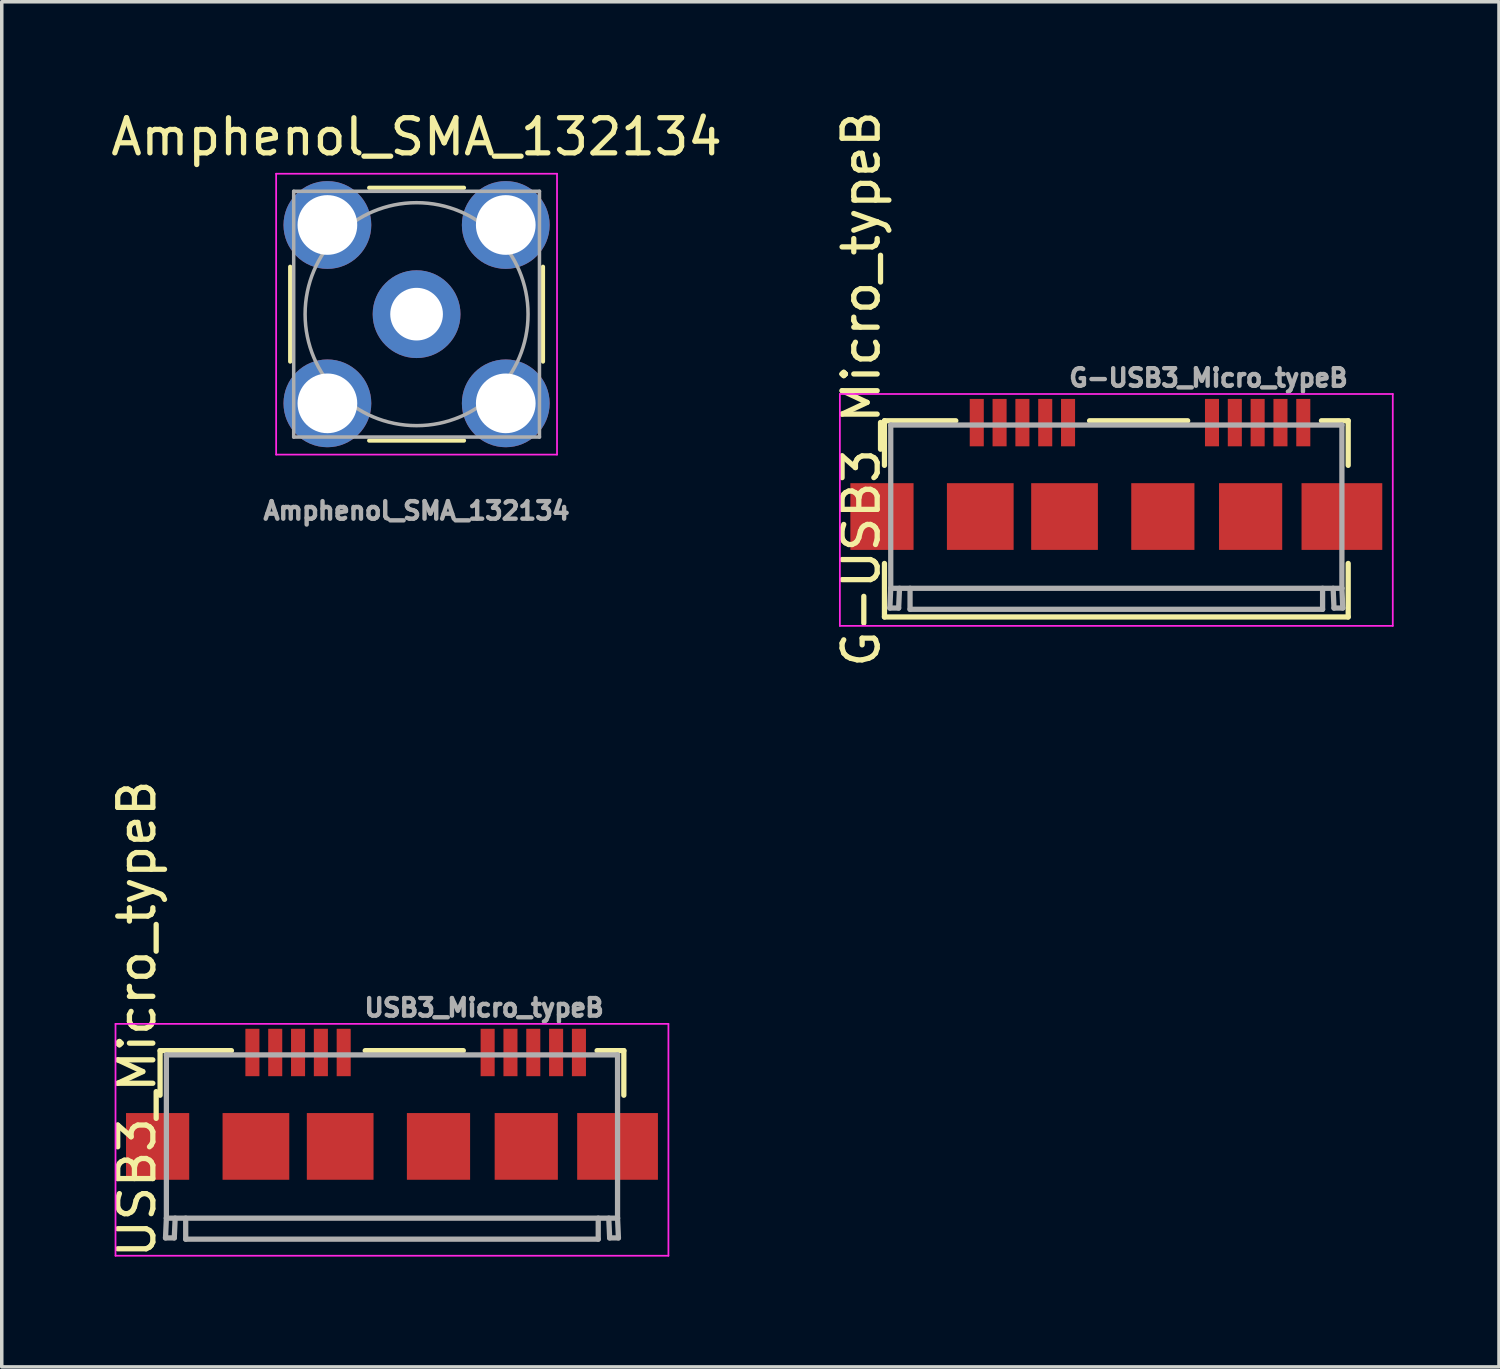
<source format=kicad_pcb>
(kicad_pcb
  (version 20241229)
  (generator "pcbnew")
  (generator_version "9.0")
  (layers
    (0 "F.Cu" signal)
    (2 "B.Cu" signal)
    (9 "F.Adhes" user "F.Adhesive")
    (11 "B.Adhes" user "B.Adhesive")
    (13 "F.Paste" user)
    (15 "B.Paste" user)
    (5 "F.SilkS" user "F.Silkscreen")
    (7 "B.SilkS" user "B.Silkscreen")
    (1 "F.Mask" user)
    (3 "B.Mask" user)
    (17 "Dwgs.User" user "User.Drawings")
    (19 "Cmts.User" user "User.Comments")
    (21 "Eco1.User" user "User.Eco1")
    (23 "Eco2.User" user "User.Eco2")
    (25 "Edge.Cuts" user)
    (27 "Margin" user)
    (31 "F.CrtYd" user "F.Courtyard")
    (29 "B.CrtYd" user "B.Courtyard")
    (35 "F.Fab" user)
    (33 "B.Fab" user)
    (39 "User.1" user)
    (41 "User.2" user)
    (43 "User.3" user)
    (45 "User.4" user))
  (footprint "Amphenol_SMA_132134"
    (layer "F.Cu")
    (at 8.815 5.898)
    (property "Reference" "Amphenol_SMA_132134" (at 0 -5.05 0) (layer "F.SilkS") (effects (font (size 1 1) (thickness 0.15))))
    (attr through_hole)
    (fp_line (start -3.6 -1.35) (end -3.6 1.35) (stroke (width 0.12) (type solid)) (layer "F.SilkS"))
    (fp_line (start -1.35 -3.6) (end 1.35 -3.6) (stroke (width 0.12) (type solid)) (layer "F.SilkS"))
    (fp_line (start 1.35 3.6) (end -1.35 3.6) (stroke (width 0.12) (type solid)) (layer "F.SilkS"))
    (fp_line (start 3.6 -1.35) (end 3.6 1.35) (stroke (width 0.12) (type solid)) (layer "F.SilkS"))
    (fp_line (start -4 -4) (end 4 -4) (stroke (width 0.05) (type solid)) (layer "F.CrtYd"))
    (fp_line (start -4 4) (end -4 -4) (stroke (width 0.05) (type solid)) (layer "F.CrtYd"))
    (fp_line (start 4 -4) (end 4 4) (stroke (width 0.05) (type solid)) (layer "F.CrtYd"))
    (fp_line (start 4 4) (end -4 4) (stroke (width 0.05) (type solid)) (layer "F.CrtYd"))
    (fp_line (start -3.5 -3.5) (end 3.5 -3.5) (stroke (width 0.1) (type solid)) (layer "F.Fab"))
    (fp_line (start -3.5 3.5) (end -3.5 -3.5) (stroke (width 0.1) (type solid)) (layer "F.Fab"))
    (fp_line (start 3.5 -3.5) (end 3.5 3.5) (stroke (width 0.1) (type solid)) (layer "F.Fab"))
    (fp_line (start 3.5 3.5) (end -3.5 3.5) (stroke (width 0.1) (type solid)) (layer "F.Fab"))
    (fp_circle (center 0 0) (end 3.175 0) (stroke (width 0.1) (type solid)) (fill no) (layer "F.Fab"))
    (fp_text user "${REFERENCE}" (at 0 5.6 0) (layer "F.Fab") (effects (font (size 0.5 0.5) (thickness 0.125))))
    (pad "1" thru_hole circle (at 0 0) (size 2.5 2.5) (drill 1.5) (layers "*.Cu" "*.Mask"))
    (pad "2" thru_hole circle (at -2.54 -2.54) (size 2.5 2.5) (drill 1.7) (layers "*.Cu" "*.Mask"))
    (pad "2" thru_hole circle (at -2.54 2.54) (size 2.5 2.5) (drill 1.7) (layers "*.Cu" "*.Mask"))
    (pad "2" thru_hole circle (at 2.54 -2.54) (size 2.5 2.5) (drill 1.7) (layers "*.Cu" "*.Mask"))
    (pad "2" thru_hole circle (at 2.54 2.54) (size 2.5 2.5) (drill 1.7) (layers "*.Cu" "*.Mask")))
  (footprint "G-USB3_Micro_typeB"
    (layer "F.Cu")
    (at 28.745 10.712)
    (property "Reference" "G-USB3_Micro_typeB" (at -7.266 -2.682 90) (layer "F.SilkS") (effects (font (size 1 1) (thickness 0.15))))
    (attr smd)
    (fp_line (start -6.604 -1.778) (end -4.572 -1.778) (stroke (width 0.15) (type solid)) (layer "F.SilkS"))
    (fp_line (start -6.604 -0.508) (end -6.604 -1.778) (stroke (width 0.15) (type solid)) (layer "F.SilkS"))
    (fp_line (start -6.604 3.81) (end -6.604 2.286) (stroke (width 0.15) (type solid)) (layer "F.SilkS"))
    (fp_line (start -0.762 -1.778) (end 2.032 -1.778) (stroke (width 0.15) (type solid)) (layer "F.SilkS"))
    (fp_line (start 5.842 -1.778) (end 6.604 -1.778) (stroke (width 0.15) (type solid)) (layer "F.SilkS"))
    (fp_line (start 6.604 -1.778) (end 6.604 -0.508) (stroke (width 0.15) (type solid)) (layer "F.SilkS"))
    (fp_line (start 6.604 2.286) (end 6.604 3.81) (stroke (width 0.15) (type solid)) (layer "F.SilkS"))
    (fp_line (start 6.604 3.81) (end -6.604 3.81) (stroke (width 0.15) (type solid)) (layer "F.SilkS"))
    (fp_line (start -7.874 -2.54) (end -7.874 4.064) (stroke (width 0.05) (type solid)) (layer "F.CrtYd"))
    (fp_line (start -7.874 4.064) (end 7.874 4.064) (stroke (width 0.05) (type solid)) (layer "F.CrtYd"))
    (fp_line (start 7.874 -2.54) (end -7.874 -2.54) (stroke (width 0.05) (type solid)) (layer "F.CrtYd"))
    (fp_line (start 7.874 4.064) (end 7.874 -2.54) (stroke (width 0.05) (type solid)) (layer "F.CrtYd"))
    (fp_line (start -6.45 3.556) (end -6.2 3.556) (stroke (width 0.15) (type solid)) (layer "F.Fab"))
    (fp_line (start -6.425 -1.657) (end -6.425 2.993) (stroke (width 0.15) (type solid)) (layer "F.Fab"))
    (fp_line (start -6.425 2.993) (end -6.45 3.556) (stroke (width 0.15) (type solid)) (layer "F.Fab"))
    (fp_line (start -6.425 2.993) (end 6.425 2.993) (stroke (width 0.15) (type solid)) (layer "F.Fab"))
    (fp_line (start -6.2 3.556) (end -6.175 2.993) (stroke (width 0.15) (type solid)) (layer "F.Fab"))
    (fp_line (start -5.875 2.993) (end -5.875 3.592) (stroke (width 0.15) (type solid)) (layer "F.Fab"))
    (fp_line (start -5.875 3.592) (end 5.875 3.592) (stroke (width 0.15) (type solid)) (layer "F.Fab"))
    (fp_line (start 5.875 2.993) (end 5.875 3.592) (stroke (width 0.15) (type solid)) (layer "F.Fab"))
    (fp_line (start 6.2 3.556) (end 6.175 2.993) (stroke (width 0.15) (type solid)) (layer "F.Fab"))
    (fp_line (start 6.425 -1.657) (end -6.425 -1.657) (stroke (width 0.15) (type solid)) (layer "F.Fab"))
    (fp_line (start 6.425 -1.657) (end 6.425 2.993) (stroke (width 0.15) (type solid)) (layer "F.Fab"))
    (fp_line (start 6.425 2.993) (end 6.45 3.556) (stroke (width 0.15) (type solid)) (layer "F.Fab"))
    (fp_line (start 6.45 3.556) (end 6.2 3.556) (stroke (width 0.15) (type solid)) (layer "F.Fab"))
    (fp_text user "${REFERENCE}" (at 2.625 -3 0) (layer "F.Fab") (effects (font (size 0.5 0.5) (thickness 0.125))))
    (pad "1" smd rect (at -3.975 -1.725) (size 0.4 1.35) (layers "F.Cu" "F.Mask" "F.Paste"))
    (pad "2" smd rect (at -3.325 -1.725) (size 0.4 1.35) (layers "F.Cu" "F.Mask" "F.Paste"))
    (pad "3" smd rect (at -2.675 -1.725) (size 0.4 1.35) (layers "F.Cu" "F.Mask" "F.Paste"))
    (pad "4" smd rect (at -2.025 -1.725) (size 0.4 1.35) (layers "F.Cu" "F.Mask" "F.Paste"))
    (pad "5" smd rect (at -1.375 -1.725) (size 0.4 1.35) (layers "F.Cu" "F.Mask" "F.Paste"))
    (pad "6" smd rect (at 2.725 -1.725) (size 0.4 1.35) (layers "F.Cu" "F.Mask" "F.Paste"))
    (pad "7" smd rect (at 3.375 -1.725) (size 0.4 1.35) (layers "F.Cu" "F.Mask" "F.Paste"))
    (pad "8" smd rect (at 4.025 -1.725) (size 0.4 1.35) (layers "F.Cu" "F.Mask" "F.Paste"))
    (pad "9" smd rect (at 4.675 -1.725) (size 0.4 1.35) (layers "F.Cu" "F.Mask" "F.Paste"))
    (pad "10" smd rect (at 5.325 -1.725) (size 0.4 1.35) (layers "F.Cu" "F.Mask" "F.Paste"))
    (pad "11" smd rect (at -6.675 0.95) (size 1.8 1.9) (layers "F.Cu" "F.Mask" "F.Paste"))
    (pad "11" smd rect (at -3.875 0.95) (size 1.9 1.9) (layers "F.Cu" "F.Mask" "F.Paste"))
    (pad "11" smd rect (at -1.475 0.95) (size 1.9 1.9) (layers "F.Cu" "F.Mask" "F.Paste"))
    (pad "11" smd rect (at 1.325 0.95) (size 1.8 1.9) (layers "F.Cu" "F.Mask" "F.Paste"))
    (pad "11" smd rect (at 3.825 0.95) (size 1.8 1.9) (layers "F.Cu" "F.Mask" "F.Paste"))
    (pad "11" smd rect (at 6.425 0.95) (size 2.3 1.9) (layers "F.Cu" "F.Mask" "F.Paste")))
  (footprint "USB3_Micro_typeB"
    (layer "F.Cu")
    (at 8.114 28.652)
    (property "Reference" "USB3_Micro_typeB" (at -7.266 -2.682 90) (layer "F.SilkS") (effects (font (size 1 1) (thickness 0.15))))
    (attr smd)
    (fp_line (start -6.604 -1.778) (end -4.572 -1.778) (stroke (width 0.15) (type solid)) (layer "F.SilkS"))
    (fp_line (start -6.604 -0.508) (end -6.604 -1.778) (stroke (width 0.15) (type solid)) (layer "F.SilkS"))
    (fp_line (start -0.762 -1.778) (end 2.032 -1.778) (stroke (width 0.15) (type solid)) (layer "F.SilkS"))
    (fp_line (start 5.842 -1.778) (end 6.604 -1.778) (stroke (width 0.15) (type solid)) (layer "F.SilkS"))
    (fp_line (start 6.604 -1.778) (end 6.604 -0.508) (stroke (width 0.15) (type solid)) (layer "F.SilkS"))
    (fp_line (start -7.874 -2.54) (end -7.874 4.064) (stroke (width 0.05) (type solid)) (layer "F.CrtYd"))
    (fp_line (start -7.874 4.064) (end 7.874 4.064) (stroke (width 0.05) (type solid)) (layer "F.CrtYd"))
    (fp_line (start 7.874 -2.54) (end -7.874 -2.54) (stroke (width 0.05) (type solid)) (layer "F.CrtYd"))
    (fp_line (start 7.874 4.064) (end 7.874 -2.54) (stroke (width 0.05) (type solid)) (layer "F.CrtYd"))
    (fp_line (start -6.45 3.556) (end -6.2 3.556) (stroke (width 0.15) (type solid)) (layer "F.Fab"))
    (fp_line (start -6.425 -1.657) (end -6.425 2.993) (stroke (width 0.15) (type solid)) (layer "F.Fab"))
    (fp_line (start -6.425 2.993) (end -6.45 3.556) (stroke (width 0.15) (type solid)) (layer "F.Fab"))
    (fp_line (start -6.425 2.993) (end 6.425 2.993) (stroke (width 0.15) (type solid)) (layer "F.Fab"))
    (fp_line (start -6.2 3.556) (end -6.175 2.993) (stroke (width 0.15) (type solid)) (layer "F.Fab"))
    (fp_line (start -5.875 2.993) (end -5.875 3.592) (stroke (width 0.15) (type solid)) (layer "F.Fab"))
    (fp_line (start -5.875 3.592) (end 5.875 3.592) (stroke (width 0.15) (type solid)) (layer "F.Fab"))
    (fp_line (start 5.875 2.993) (end 5.875 3.592) (stroke (width 0.15) (type solid)) (layer "F.Fab"))
    (fp_line (start 6.2 3.556) (end 6.175 2.993) (stroke (width 0.15) (type solid)) (layer "F.Fab"))
    (fp_line (start 6.425 -1.657) (end -6.425 -1.657) (stroke (width 0.15) (type solid)) (layer "F.Fab"))
    (fp_line (start 6.425 -1.657) (end 6.425 2.993) (stroke (width 0.15) (type solid)) (layer "F.Fab"))
    (fp_line (start 6.425 2.993) (end 6.45 3.556) (stroke (width 0.15) (type solid)) (layer "F.Fab"))
    (fp_line (start 6.45 3.556) (end 6.2 3.556) (stroke (width 0.15) (type solid)) (layer "F.Fab"))
    (fp_text user "${REFERENCE}" (at 2.625 -3 0) (layer "F.Fab") (effects (font (size 0.5 0.5) (thickness 0.125))))
    (pad "1" smd rect (at -3.975 -1.725) (size 0.4 1.35) (layers "F.Cu" "F.Mask" "F.Paste"))
    (pad "2" smd rect (at -3.325 -1.725) (size 0.4 1.35) (layers "F.Cu" "F.Mask" "F.Paste"))
    (pad "3" smd rect (at -2.675 -1.725) (size 0.4 1.35) (layers "F.Cu" "F.Mask" "F.Paste"))
    (pad "4" smd rect (at -2.025 -1.725) (size 0.4 1.35) (layers "F.Cu" "F.Mask" "F.Paste"))
    (pad "5" smd rect (at -1.375 -1.725) (size 0.4 1.35) (layers "F.Cu" "F.Mask" "F.Paste"))
    (pad "6" smd rect (at 2.725 -1.725) (size 0.4 1.35) (layers "F.Cu" "F.Mask" "F.Paste"))
    (pad "7" smd rect (at 3.375 -1.725) (size 0.4 1.35) (layers "F.Cu" "F.Mask" "F.Paste"))
    (pad "8" smd rect (at 4.025 -1.725) (size 0.4 1.35) (layers "F.Cu" "F.Mask" "F.Paste"))
    (pad "9" smd rect (at 4.675 -1.725) (size 0.4 1.35) (layers "F.Cu" "F.Mask" "F.Paste"))
    (pad "10" smd rect (at 5.325 -1.725) (size 0.4 1.35) (layers "F.Cu" "F.Mask" "F.Paste"))
    (pad "11" smd rect (at -6.675 0.95) (size 1.8 1.9) (layers "F.Cu" "F.Mask" "F.Paste"))
    (pad "11" smd rect (at -3.875 0.95) (size 1.9 1.9) (layers "F.Cu" "F.Mask" "F.Paste"))
    (pad "11" smd rect (at -1.475 0.95) (size 1.9 1.9) (layers "F.Cu" "F.Mask" "F.Paste"))
    (pad "11" smd rect (at 1.325 0.95) (size 1.8 1.9) (layers "F.Cu" "F.Mask" "F.Paste"))
    (pad "11" smd rect (at 3.825 0.95) (size 1.8 1.9) (layers "F.Cu" "F.Mask" "F.Paste"))
    (pad "11" smd rect (at 6.425 0.95) (size 2.3 1.9) (layers "F.Cu" "F.Mask" "F.Paste")))
  (gr_rect
    (start -3 -3)
    (end 39.644 35.881)
    (stroke (width 0.1) (type default))
    (fill no)
    (layer "Edge.Cuts")))
</source>
